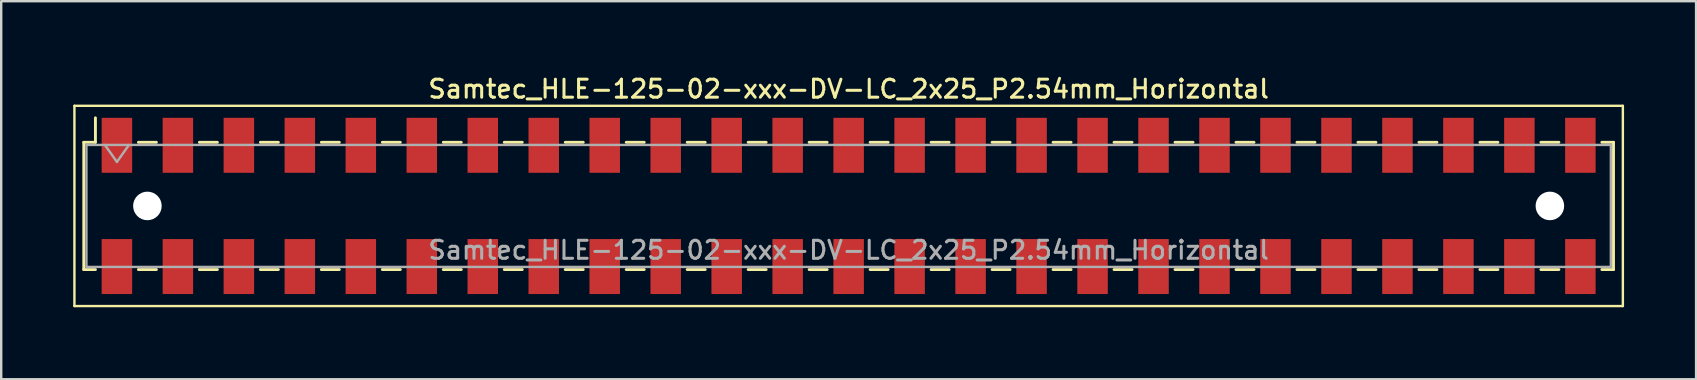
<source format=kicad_pcb>
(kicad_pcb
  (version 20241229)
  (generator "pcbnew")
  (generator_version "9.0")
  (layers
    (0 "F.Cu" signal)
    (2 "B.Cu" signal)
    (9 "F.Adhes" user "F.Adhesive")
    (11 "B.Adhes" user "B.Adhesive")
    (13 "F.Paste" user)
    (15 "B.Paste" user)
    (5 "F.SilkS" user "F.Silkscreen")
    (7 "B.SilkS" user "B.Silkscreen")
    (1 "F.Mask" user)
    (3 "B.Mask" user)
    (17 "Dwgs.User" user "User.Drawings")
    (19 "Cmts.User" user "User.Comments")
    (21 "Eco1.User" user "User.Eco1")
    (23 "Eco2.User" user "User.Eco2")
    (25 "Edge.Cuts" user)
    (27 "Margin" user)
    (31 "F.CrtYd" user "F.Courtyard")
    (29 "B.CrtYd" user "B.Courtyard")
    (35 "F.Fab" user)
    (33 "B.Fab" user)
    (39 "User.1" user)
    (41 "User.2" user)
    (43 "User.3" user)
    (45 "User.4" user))
  (footprint "Samtec_HLE-125-02-xxx-DV-LC_2x25_P2.54mm_Horizontal"
    (layer "F.Cu")
    (at 32.3 5.528)
    (property "Reference" "Samtec_HLE-125-02-xxx-DV-LC_2x25_P2.54mm_Horizontal" (at 0 -4.87 0) (layer "F.SilkS") (effects (font (size 0.75 0.75) (thickness 0.125))))
    (attr smd)
    (fp_line (start -32.25 -4.17) (end 32.25 -4.17) (stroke (width 0.1) (type solid)) (layer "F.SilkS"))
    (fp_line (start -32.25 4.17) (end -32.25 -4.17) (stroke (width 0.1) (type solid)) (layer "F.SilkS"))
    (fp_line (start -31.86 -2.65) (end -31.86 2.65) (stroke (width 0.12) (type solid)) (layer "F.SilkS"))
    (fp_line (start -31.86 2.65) (end -31.375 2.65) (stroke (width 0.12) (type solid)) (layer "F.SilkS"))
    (fp_line (start -31.375 -3.67) (end -31.375 -2.65) (stroke (width 0.12) (type solid)) (layer "F.SilkS"))
    (fp_line (start -31.375 -2.65) (end -31.86 -2.65) (stroke (width 0.12) (type solid)) (layer "F.SilkS"))
    (fp_line (start -29.585 -2.65) (end -28.835 -2.65) (stroke (width 0.12) (type solid)) (layer "F.SilkS"))
    (fp_line (start -29.585 2.65) (end -28.835 2.65) (stroke (width 0.12) (type solid)) (layer "F.SilkS"))
    (fp_line (start -27.045 -2.65) (end -26.295 -2.65) (stroke (width 0.12) (type solid)) (layer "F.SilkS"))
    (fp_line (start -27.045 2.65) (end -26.295 2.65) (stroke (width 0.12) (type solid)) (layer "F.SilkS"))
    (fp_line (start -24.505 -2.65) (end -23.755 -2.65) (stroke (width 0.12) (type solid)) (layer "F.SilkS"))
    (fp_line (start -24.505 2.65) (end -23.755 2.65) (stroke (width 0.12) (type solid)) (layer "F.SilkS"))
    (fp_line (start -21.965 -2.65) (end -21.215 -2.65) (stroke (width 0.12) (type solid)) (layer "F.SilkS"))
    (fp_line (start -21.965 2.65) (end -21.215 2.65) (stroke (width 0.12) (type solid)) (layer "F.SilkS"))
    (fp_line (start -19.425 -2.65) (end -18.675 -2.65) (stroke (width 0.12) (type solid)) (layer "F.SilkS"))
    (fp_line (start -19.425 2.65) (end -18.675 2.65) (stroke (width 0.12) (type solid)) (layer "F.SilkS"))
    (fp_line (start -16.885 -2.65) (end -16.135 -2.65) (stroke (width 0.12) (type solid)) (layer "F.SilkS"))
    (fp_line (start -16.885 2.65) (end -16.135 2.65) (stroke (width 0.12) (type solid)) (layer "F.SilkS"))
    (fp_line (start -14.345 -2.65) (end -13.595 -2.65) (stroke (width 0.12) (type solid)) (layer "F.SilkS"))
    (fp_line (start -14.345 2.65) (end -13.595 2.65) (stroke (width 0.12) (type solid)) (layer "F.SilkS"))
    (fp_line (start -11.805 -2.65) (end -11.055 -2.65) (stroke (width 0.12) (type solid)) (layer "F.SilkS"))
    (fp_line (start -11.805 2.65) (end -11.055 2.65) (stroke (width 0.12) (type solid)) (layer "F.SilkS"))
    (fp_line (start -9.265 -2.65) (end -8.515 -2.65) (stroke (width 0.12) (type solid)) (layer "F.SilkS"))
    (fp_line (start -9.265 2.65) (end -8.515 2.65) (stroke (width 0.12) (type solid)) (layer "F.SilkS"))
    (fp_line (start -6.725 -2.65) (end -5.975 -2.65) (stroke (width 0.12) (type solid)) (layer "F.SilkS"))
    (fp_line (start -6.725 2.65) (end -5.975 2.65) (stroke (width 0.12) (type solid)) (layer "F.SilkS"))
    (fp_line (start -4.185 -2.65) (end -3.435 -2.65) (stroke (width 0.12) (type solid)) (layer "F.SilkS"))
    (fp_line (start -4.185 2.65) (end -3.435 2.65) (stroke (width 0.12) (type solid)) (layer "F.SilkS"))
    (fp_line (start -1.645 -2.65) (end -0.895 -2.65) (stroke (width 0.12) (type solid)) (layer "F.SilkS"))
    (fp_line (start -1.645 2.65) (end -0.895 2.65) (stroke (width 0.12) (type solid)) (layer "F.SilkS"))
    (fp_line (start 0.895 -2.65) (end 1.645 -2.65) (stroke (width 0.12) (type solid)) (layer "F.SilkS"))
    (fp_line (start 0.895 2.65) (end 1.645 2.65) (stroke (width 0.12) (type solid)) (layer "F.SilkS"))
    (fp_line (start 3.435 -2.65) (end 4.185 -2.65) (stroke (width 0.12) (type solid)) (layer "F.SilkS"))
    (fp_line (start 3.435 2.65) (end 4.185 2.65) (stroke (width 0.12) (type solid)) (layer "F.SilkS"))
    (fp_line (start 5.975 -2.65) (end 6.725 -2.65) (stroke (width 0.12) (type solid)) (layer "F.SilkS"))
    (fp_line (start 5.975 2.65) (end 6.725 2.65) (stroke (width 0.12) (type solid)) (layer "F.SilkS"))
    (fp_line (start 8.515 -2.65) (end 9.265 -2.65) (stroke (width 0.12) (type solid)) (layer "F.SilkS"))
    (fp_line (start 8.515 2.65) (end 9.265 2.65) (stroke (width 0.12) (type solid)) (layer "F.SilkS"))
    (fp_line (start 11.055 -2.65) (end 11.805 -2.65) (stroke (width 0.12) (type solid)) (layer "F.SilkS"))
    (fp_line (start 11.055 2.65) (end 11.805 2.65) (stroke (width 0.12) (type solid)) (layer "F.SilkS"))
    (fp_line (start 13.595 -2.65) (end 14.345 -2.65) (stroke (width 0.12) (type solid)) (layer "F.SilkS"))
    (fp_line (start 13.595 2.65) (end 14.345 2.65) (stroke (width 0.12) (type solid)) (layer "F.SilkS"))
    (fp_line (start 16.135 -2.65) (end 16.885 -2.65) (stroke (width 0.12) (type solid)) (layer "F.SilkS"))
    (fp_line (start 16.135 2.65) (end 16.885 2.65) (stroke (width 0.12) (type solid)) (layer "F.SilkS"))
    (fp_line (start 18.675 -2.65) (end 19.425 -2.65) (stroke (width 0.12) (type solid)) (layer "F.SilkS"))
    (fp_line (start 18.675 2.65) (end 19.425 2.65) (stroke (width 0.12) (type solid)) (layer "F.SilkS"))
    (fp_line (start 21.215 -2.65) (end 21.965 -2.65) (stroke (width 0.12) (type solid)) (layer "F.SilkS"))
    (fp_line (start 21.215 2.65) (end 21.965 2.65) (stroke (width 0.12) (type solid)) (layer "F.SilkS"))
    (fp_line (start 23.755 -2.65) (end 24.505 -2.65) (stroke (width 0.12) (type solid)) (layer "F.SilkS"))
    (fp_line (start 23.755 2.65) (end 24.505 2.65) (stroke (width 0.12) (type solid)) (layer "F.SilkS"))
    (fp_line (start 26.295 -2.65) (end 27.045 -2.65) (stroke (width 0.12) (type solid)) (layer "F.SilkS"))
    (fp_line (start 26.295 2.65) (end 27.045 2.65) (stroke (width 0.12) (type solid)) (layer "F.SilkS"))
    (fp_line (start 28.835 -2.65) (end 29.585 -2.65) (stroke (width 0.12) (type solid)) (layer "F.SilkS"))
    (fp_line (start 28.835 2.65) (end 29.585 2.65) (stroke (width 0.12) (type solid)) (layer "F.SilkS"))
    (fp_line (start 31.375 -2.65) (end 31.86 -2.65) (stroke (width 0.12) (type solid)) (layer "F.SilkS"))
    (fp_line (start 31.86 -2.65) (end 31.86 2.65) (stroke (width 0.12) (type solid)) (layer "F.SilkS"))
    (fp_line (start 31.86 2.65) (end 31.375 2.65) (stroke (width 0.12) (type solid)) (layer "F.SilkS"))
    (fp_line (start 32.25 -4.17) (end 32.25 4.17) (stroke (width 0.1) (type solid)) (layer "F.SilkS"))
    (fp_line (start 32.25 4.17) (end -32.25 4.17) (stroke (width 0.1) (type solid)) (layer "F.SilkS"))
    (fp_line (start -31.75 -2.54) (end 31.75 -2.54) (stroke (width 0.1) (type solid)) (layer "F.Fab"))
    (fp_line (start -31.75 2.54) (end -31.75 -2.54) (stroke (width 0.1) (type solid)) (layer "F.Fab"))
    (fp_line (start -30.98 -2.54) (end -30.48 -1.833) (stroke (width 0.1) (type solid)) (layer "F.Fab"))
    (fp_line (start -30.48 -1.833) (end -29.98 -2.54) (stroke (width 0.1) (type solid)) (layer "F.Fab"))
    (fp_line (start 31.75 -2.54) (end 31.75 2.54) (stroke (width 0.1) (type solid)) (layer "F.Fab"))
    (fp_line (start 31.75 2.54) (end -31.75 2.54) (stroke (width 0.1) (type solid)) (layer "F.Fab"))
    (fp_text user "${REFERENCE}" (at 0 1.84 0) (layer "F.Fab") (effects (font (size 0.75 0.75) (thickness 0.125))))
    (pad "" np_thru_hole circle (at -29.21 0) (size 1.19 1.19) (drill 1.19) (layers "*.Cu" "*.Mask"))
    (pad "" np_thru_hole circle (at 29.21 0) (size 1.19 1.19) (drill 1.19) (layers "*.Cu" "*.Mask"))
    (pad "1" smd rect (at -30.48 -2.525) (size 1.27 2.29) (layers "F.Cu" "F.Mask" "F.Paste"))
    (pad "2" smd rect (at -30.48 2.525) (size 1.27 2.29) (layers "F.Cu" "F.Mask" "F.Paste"))
    (pad "3" smd rect (at -27.94 -2.525) (size 1.27 2.29) (layers "F.Cu" "F.Mask" "F.Paste"))
    (pad "4" smd rect (at -27.94 2.525) (size 1.27 2.29) (layers "F.Cu" "F.Mask" "F.Paste"))
    (pad "5" smd rect (at -25.4 -2.525) (size 1.27 2.29) (layers "F.Cu" "F.Mask" "F.Paste"))
    (pad "6" smd rect (at -25.4 2.525) (size 1.27 2.29) (layers "F.Cu" "F.Mask" "F.Paste"))
    (pad "7" smd rect (at -22.86 -2.525) (size 1.27 2.29) (layers "F.Cu" "F.Mask" "F.Paste"))
    (pad "8" smd rect (at -22.86 2.525) (size 1.27 2.29) (layers "F.Cu" "F.Mask" "F.Paste"))
    (pad "9" smd rect (at -20.32 -2.525) (size 1.27 2.29) (layers "F.Cu" "F.Mask" "F.Paste"))
    (pad "10" smd rect (at -20.32 2.525) (size 1.27 2.29) (layers "F.Cu" "F.Mask" "F.Paste"))
    (pad "11" smd rect (at -17.78 -2.525) (size 1.27 2.29) (layers "F.Cu" "F.Mask" "F.Paste"))
    (pad "12" smd rect (at -17.78 2.525) (size 1.27 2.29) (layers "F.Cu" "F.Mask" "F.Paste"))
    (pad "13" smd rect (at -15.24 -2.525) (size 1.27 2.29) (layers "F.Cu" "F.Mask" "F.Paste"))
    (pad "14" smd rect (at -15.24 2.525) (size 1.27 2.29) (layers "F.Cu" "F.Mask" "F.Paste"))
    (pad "15" smd rect (at -12.7 -2.525) (size 1.27 2.29) (layers "F.Cu" "F.Mask" "F.Paste"))
    (pad "16" smd rect (at -12.7 2.525) (size 1.27 2.29) (layers "F.Cu" "F.Mask" "F.Paste"))
    (pad "17" smd rect (at -10.16 -2.525) (size 1.27 2.29) (layers "F.Cu" "F.Mask" "F.Paste"))
    (pad "18" smd rect (at -10.16 2.525) (size 1.27 2.29) (layers "F.Cu" "F.Mask" "F.Paste"))
    (pad "19" smd rect (at -7.62 -2.525) (size 1.27 2.29) (layers "F.Cu" "F.Mask" "F.Paste"))
    (pad "20" smd rect (at -7.62 2.525) (size 1.27 2.29) (layers "F.Cu" "F.Mask" "F.Paste"))
    (pad "21" smd rect (at -5.08 -2.525) (size 1.27 2.29) (layers "F.Cu" "F.Mask" "F.Paste"))
    (pad "22" smd rect (at -5.08 2.525) (size 1.27 2.29) (layers "F.Cu" "F.Mask" "F.Paste"))
    (pad "23" smd rect (at -2.54 -2.525) (size 1.27 2.29) (layers "F.Cu" "F.Mask" "F.Paste"))
    (pad "24" smd rect (at -2.54 2.525) (size 1.27 2.29) (layers "F.Cu" "F.Mask" "F.Paste"))
    (pad "25" smd rect (at 0 -2.525) (size 1.27 2.29) (layers "F.Cu" "F.Mask" "F.Paste"))
    (pad "26" smd rect (at 0 2.525) (size 1.27 2.29) (layers "F.Cu" "F.Mask" "F.Paste"))
    (pad "27" smd rect (at 2.54 -2.525) (size 1.27 2.29) (layers "F.Cu" "F.Mask" "F.Paste"))
    (pad "28" smd rect (at 2.54 2.525) (size 1.27 2.29) (layers "F.Cu" "F.Mask" "F.Paste"))
    (pad "29" smd rect (at 5.08 -2.525) (size 1.27 2.29) (layers "F.Cu" "F.Mask" "F.Paste"))
    (pad "30" smd rect (at 5.08 2.525) (size 1.27 2.29) (layers "F.Cu" "F.Mask" "F.Paste"))
    (pad "31" smd rect (at 7.62 -2.525) (size 1.27 2.29) (layers "F.Cu" "F.Mask" "F.Paste"))
    (pad "32" smd rect (at 7.62 2.525) (size 1.27 2.29) (layers "F.Cu" "F.Mask" "F.Paste"))
    (pad "33" smd rect (at 10.16 -2.525) (size 1.27 2.29) (layers "F.Cu" "F.Mask" "F.Paste"))
    (pad "34" smd rect (at 10.16 2.525) (size 1.27 2.29) (layers "F.Cu" "F.Mask" "F.Paste"))
    (pad "35" smd rect (at 12.7 -2.525) (size 1.27 2.29) (layers "F.Cu" "F.Mask" "F.Paste"))
    (pad "36" smd rect (at 12.7 2.525) (size 1.27 2.29) (layers "F.Cu" "F.Mask" "F.Paste"))
    (pad "37" smd rect (at 15.24 -2.525) (size 1.27 2.29) (layers "F.Cu" "F.Mask" "F.Paste"))
    (pad "38" smd rect (at 15.24 2.525) (size 1.27 2.29) (layers "F.Cu" "F.Mask" "F.Paste"))
    (pad "39" smd rect (at 17.78 -2.525) (size 1.27 2.29) (layers "F.Cu" "F.Mask" "F.Paste"))
    (pad "40" smd rect (at 17.78 2.525) (size 1.27 2.29) (layers "F.Cu" "F.Mask" "F.Paste"))
    (pad "41" smd rect (at 20.32 -2.525) (size 1.27 2.29) (layers "F.Cu" "F.Mask" "F.Paste"))
    (pad "42" smd rect (at 20.32 2.525) (size 1.27 2.29) (layers "F.Cu" "F.Mask" "F.Paste"))
    (pad "43" smd rect (at 22.86 -2.525) (size 1.27 2.29) (layers "F.Cu" "F.Mask" "F.Paste"))
    (pad "44" smd rect (at 22.86 2.525) (size 1.27 2.29) (layers "F.Cu" "F.Mask" "F.Paste"))
    (pad "45" smd rect (at 25.4 -2.525) (size 1.27 2.29) (layers "F.Cu" "F.Mask" "F.Paste"))
    (pad "46" smd rect (at 25.4 2.525) (size 1.27 2.29) (layers "F.Cu" "F.Mask" "F.Paste"))
    (pad "47" smd rect (at 27.94 -2.525) (size 1.27 2.29) (layers "F.Cu" "F.Mask" "F.Paste"))
    (pad "48" smd rect (at 27.94 2.525) (size 1.27 2.29) (layers "F.Cu" "F.Mask" "F.Paste"))
    (pad "49" smd rect (at 30.48 -2.525) (size 1.27 2.29) (layers "F.Cu" "F.Mask" "F.Paste"))
    (pad "50" smd rect (at 30.48 2.525) (size 1.27 2.29) (layers "F.Cu" "F.Mask" "F.Paste")))
  (gr_rect
    (start -3 -3)
    (end 67.6 12.748)
    (stroke (width 0.1) (type default))
    (fill no)
    (layer "Edge.Cuts")))
</source>
